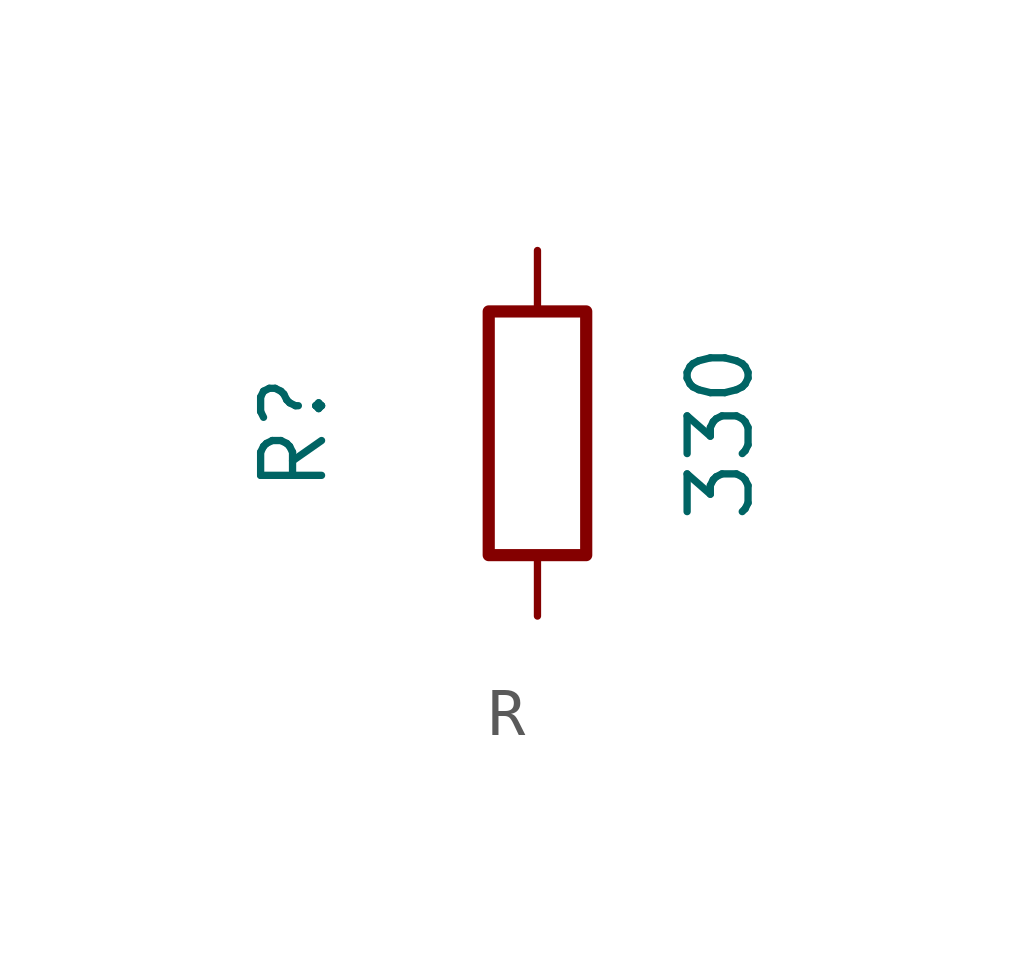
<source format=kicad_sym>
(kicad_symbol_lib
  (version 20220914)
  (generator kicad_symbol_editor)
  (symbol "R"
    (pin_numbers hide)
    (pin_names
      (offset 0))
    (property "Reference" "R"
      (at -5.08 0 90)
      (effects (font (size 1.27 1.27))))
    (property "Value" "330"
      (at 3.81 0 90)
      (effects (font (size 1.27 1.27))))
    (symbol "R_0_1"
      (rectangle (start -1.016 -2.54) (end 1.016 2.54) (stroke (width 0.254) (type default)) (fill (type none))))
    (symbol "R_1_1"
      (pin passive line (at 0 3.81 270) (length 1.27) (name "~" (effects (font (size 1.27 1.27)))) (number "1" (effects (font (size 1.27 1.27)))))
      (pin passive line (at 0 -3.81 90) (length 1.27) (name "~" (effects (font (size 1.27 1.27)))) (number "2" (effects (font (size 1.27 1.27))))))))
</source>
